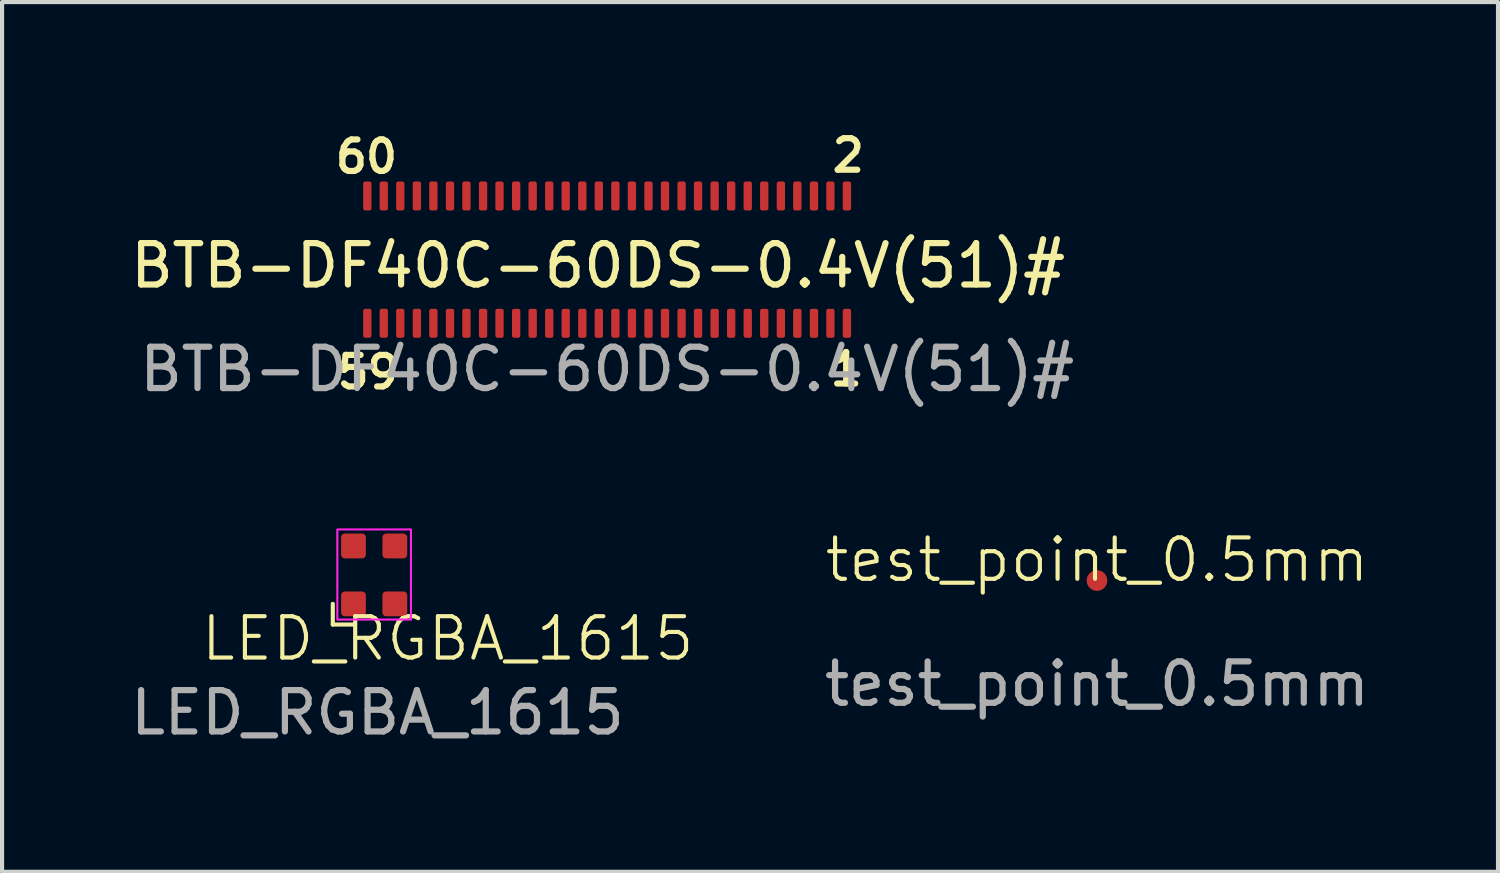
<source format=kicad_pcb>
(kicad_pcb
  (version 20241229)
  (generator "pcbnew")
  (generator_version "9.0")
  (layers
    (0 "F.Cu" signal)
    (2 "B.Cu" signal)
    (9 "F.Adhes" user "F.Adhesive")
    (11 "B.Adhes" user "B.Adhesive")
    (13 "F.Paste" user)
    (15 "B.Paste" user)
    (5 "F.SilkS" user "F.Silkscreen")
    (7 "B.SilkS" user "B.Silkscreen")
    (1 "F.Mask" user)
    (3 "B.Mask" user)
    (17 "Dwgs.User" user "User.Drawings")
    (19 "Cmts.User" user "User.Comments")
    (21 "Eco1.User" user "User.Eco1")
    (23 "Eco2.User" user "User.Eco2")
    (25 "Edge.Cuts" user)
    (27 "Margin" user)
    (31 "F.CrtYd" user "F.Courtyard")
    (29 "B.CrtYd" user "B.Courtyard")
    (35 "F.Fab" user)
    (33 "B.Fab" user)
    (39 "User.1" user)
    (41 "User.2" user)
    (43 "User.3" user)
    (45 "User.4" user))
  (footprint "BTB-DF40C-60DS-0.4V(51)#"
    (layer "F.Cu")
    (at 11.621 3.229)
    (property "Reference" "BTB-DF40C-60DS-0.4V(51)#" (at -0.21 0.145 0) (unlocked yes) (layer "F.SilkS") (effects (font (size 1 1) (thickness 0.15))))
    (attr smd)
    (fp_rect (start -5.83 -1.84) (end -5.75 -2.05) (stroke (width 0.12) (type solid)) (fill no) (layer "F.Paste"))
    (fp_rect (start -5.83 2.05) (end -5.75 1.84) (stroke (width 0.12) (type solid)) (fill no) (layer "F.Paste"))
    (fp_rect (start -5.43 -1.84) (end -5.35 -2.05) (stroke (width 0.12) (type solid)) (fill no) (layer "F.Paste"))
    (fp_rect (start -5.43 2.05) (end -5.35 1.84) (stroke (width 0.12) (type solid)) (fill no) (layer "F.Paste"))
    (fp_rect (start -5.03 -1.84) (end -4.95 -2.05) (stroke (width 0.12) (type solid)) (fill no) (layer "F.Paste"))
    (fp_rect (start -5.03 2.05) (end -4.95 1.84) (stroke (width 0.12) (type solid)) (fill no) (layer "F.Paste"))
    (fp_rect (start -4.63 -1.84) (end -4.55 -2.05) (stroke (width 0.12) (type solid)) (fill no) (layer "F.Paste"))
    (fp_rect (start -4.63 2.05) (end -4.55 1.84) (stroke (width 0.12) (type solid)) (fill no) (layer "F.Paste"))
    (fp_rect (start -4.23 -1.84) (end -4.15 -2.05) (stroke (width 0.12) (type solid)) (fill no) (layer "F.Paste"))
    (fp_rect (start -4.23 2.05) (end -4.15 1.84) (stroke (width 0.12) (type solid)) (fill no) (layer "F.Paste"))
    (fp_rect (start -3.83 -1.84) (end -3.75 -2.05) (stroke (width 0.12) (type solid)) (fill no) (layer "F.Paste"))
    (fp_rect (start -3.83 2.05) (end -3.75 1.84) (stroke (width 0.12) (type solid)) (fill no) (layer "F.Paste"))
    (fp_rect (start -3.43 -1.84) (end -3.35 -2.05) (stroke (width 0.12) (type solid)) (fill no) (layer "F.Paste"))
    (fp_rect (start -3.43 2.05) (end -3.35 1.84) (stroke (width 0.12) (type solid)) (fill no) (layer "F.Paste"))
    (fp_rect (start -3.03 -1.84) (end -2.95 -2.05) (stroke (width 0.12) (type solid)) (fill no) (layer "F.Paste"))
    (fp_rect (start -3.03 2.05) (end -2.95 1.84) (stroke (width 0.12) (type solid)) (fill no) (layer "F.Paste"))
    (fp_rect (start -2.63 -1.84) (end -2.55 -2.05) (stroke (width 0.12) (type solid)) (fill no) (layer "F.Paste"))
    (fp_rect (start -2.63 2.05) (end -2.55 1.84) (stroke (width 0.12) (type solid)) (fill no) (layer "F.Paste"))
    (fp_rect (start -2.23 -1.84) (end -2.15 -2.05) (stroke (width 0.12) (type solid)) (fill no) (layer "F.Paste"))
    (fp_rect (start -2.23 2.05) (end -2.15 1.84) (stroke (width 0.12) (type solid)) (fill no) (layer "F.Paste"))
    (fp_rect (start -1.83 -1.84) (end -1.75 -2.05) (stroke (width 0.12) (type solid)) (fill no) (layer "F.Paste"))
    (fp_rect (start -1.83 2.05) (end -1.75 1.84) (stroke (width 0.12) (type solid)) (fill no) (layer "F.Paste"))
    (fp_rect (start -1.43 -1.84) (end -1.35 -2.05) (stroke (width 0.12) (type solid)) (fill no) (layer "F.Paste"))
    (fp_rect (start -1.43 2.05) (end -1.35 1.84) (stroke (width 0.12) (type solid)) (fill no) (layer "F.Paste"))
    (fp_rect (start -1.03 -1.84) (end -0.95 -2.05) (stroke (width 0.12) (type solid)) (fill no) (layer "F.Paste"))
    (fp_rect (start -1.03 2.05) (end -0.95 1.84) (stroke (width 0.12) (type solid)) (fill no) (layer "F.Paste"))
    (fp_rect (start -0.63 -1.84) (end -0.55 -2.05) (stroke (width 0.12) (type solid)) (fill no) (layer "F.Paste"))
    (fp_rect (start -0.63 2.05) (end -0.55 1.84) (stroke (width 0.12) (type solid)) (fill no) (layer "F.Paste"))
    (fp_rect (start -0.23 -1.84) (end -0.15 -2.05) (stroke (width 0.12) (type solid)) (fill no) (layer "F.Paste"))
    (fp_rect (start -0.23 2.05) (end -0.15 1.84) (stroke (width 0.12) (type solid)) (fill no) (layer "F.Paste"))
    (fp_rect (start 0.17 -1.84) (end 0.25 -2.05) (stroke (width 0.12) (type solid)) (fill no) (layer "F.Paste"))
    (fp_rect (start 0.17 2.05) (end 0.25 1.84) (stroke (width 0.12) (type solid)) (fill no) (layer "F.Paste"))
    (fp_rect (start 0.57 -1.84) (end 0.65 -2.05) (stroke (width 0.12) (type solid)) (fill no) (layer "F.Paste"))
    (fp_rect (start 0.57 2.05) (end 0.65 1.84) (stroke (width 0.12) (type solid)) (fill no) (layer "F.Paste"))
    (fp_rect (start 0.97 -1.84) (end 1.05 -2.05) (stroke (width 0.12) (type solid)) (fill no) (layer "F.Paste"))
    (fp_rect (start 0.97 2.05) (end 1.05 1.84) (stroke (width 0.12) (type solid)) (fill no) (layer "F.Paste"))
    (fp_rect (start 1.37 -1.84) (end 1.45 -2.05) (stroke (width 0.12) (type solid)) (fill no) (layer "F.Paste"))
    (fp_rect (start 1.37 2.05) (end 1.45 1.84) (stroke (width 0.12) (type solid)) (fill no) (layer "F.Paste"))
    (fp_rect (start 1.77 -1.84) (end 1.85 -2.05) (stroke (width 0.12) (type solid)) (fill no) (layer "F.Paste"))
    (fp_rect (start 1.77 2.05) (end 1.85 1.84) (stroke (width 0.12) (type solid)) (fill no) (layer "F.Paste"))
    (fp_rect (start 2.17 -1.84) (end 2.25 -2.05) (stroke (width 0.12) (type solid)) (fill no) (layer "F.Paste"))
    (fp_rect (start 2.17 2.05) (end 2.25 1.84) (stroke (width 0.12) (type solid)) (fill no) (layer "F.Paste"))
    (fp_rect (start 2.57 -1.84) (end 2.65 -2.05) (stroke (width 0.12) (type solid)) (fill no) (layer "F.Paste"))
    (fp_rect (start 2.57 2.05) (end 2.65 1.84) (stroke (width 0.12) (type solid)) (fill no) (layer "F.Paste"))
    (fp_rect (start 2.97 -1.84) (end 3.05 -2.05) (stroke (width 0.12) (type solid)) (fill no) (layer "F.Paste"))
    (fp_rect (start 2.97 2.05) (end 3.05 1.84) (stroke (width 0.12) (type solid)) (fill no) (layer "F.Paste"))
    (fp_rect (start 3.37 -1.84) (end 3.45 -2.05) (stroke (width 0.12) (type solid)) (fill no) (layer "F.Paste"))
    (fp_rect (start 3.37 2.05) (end 3.45 1.84) (stroke (width 0.12) (type solid)) (fill no) (layer "F.Paste"))
    (fp_rect (start 3.77 -1.84) (end 3.85 -2.05) (stroke (width 0.12) (type solid)) (fill no) (layer "F.Paste"))
    (fp_rect (start 3.77 2.05) (end 3.85 1.84) (stroke (width 0.12) (type solid)) (fill no) (layer "F.Paste"))
    (fp_rect (start 4.17 -1.84) (end 4.25 -2.05) (stroke (width 0.12) (type solid)) (fill no) (layer "F.Paste"))
    (fp_rect (start 4.17 2.05) (end 4.25 1.84) (stroke (width 0.12) (type solid)) (fill no) (layer "F.Paste"))
    (fp_rect (start 4.57 -1.84) (end 4.65 -2.05) (stroke (width 0.12) (type solid)) (fill no) (layer "F.Paste"))
    (fp_rect (start 4.57 2.05) (end 4.65 1.84) (stroke (width 0.12) (type solid)) (fill no) (layer "F.Paste"))
    (fp_rect (start 4.97 -1.84) (end 5.05 -2.05) (stroke (width 0.12) (type solid)) (fill no) (layer "F.Paste"))
    (fp_rect (start 4.97 2.05) (end 5.05 1.84) (stroke (width 0.12) (type solid)) (fill no) (layer "F.Paste"))
    (fp_rect (start 5.37 -1.84) (end 5.45 -2.05) (stroke (width 0.12) (type solid)) (fill no) (layer "F.Paste"))
    (fp_rect (start 5.37 2.05) (end 5.45 1.84) (stroke (width 0.12) (type solid)) (fill no) (layer "F.Paste"))
    (fp_rect (start 5.77 -1.84) (end 5.85 -2.05) (stroke (width 0.12) (type solid)) (fill no) (layer "F.Paste"))
    (fp_rect (start 5.77 2.05) (end 5.85 1.84) (stroke (width 0.12) (type solid)) (fill no) (layer "F.Paste"))
    (fp_line (start -5.79 -1.54) (end 5.81 1.55) (stroke (width 0.12) (type solid)) (layer "Eco2.User"))
    (fp_line (start 5.81 -1.54) (end -5.79 1.54) (stroke (width 0.12) (type solid)) (layer "Eco2.User"))
    (fp_text user "60" (at -5.81 -2.49 0) (unlocked yes) (layer "F.SilkS") (effects (font (size 0.762 0.762) (thickness 0.15))))
    (fp_text user "2" (at 5.84 -2.52 0) (unlocked yes) (layer "F.SilkS") (effects (font (size 0.762 0.762) (thickness 0.15))))
    (fp_text user "59" (at -5.77 2.72 0) (unlocked yes) (layer "F.SilkS") (effects (font (size 0.762 0.762) (thickness 0.15))))
    (fp_text user "1" (at 5.79 2.65 0) (unlocked yes) (layer "F.SilkS") (effects (font (size 0.762 0.762) (thickness 0.15))))
    (fp_text user "${REFERENCE}" (at 0.01 2.65 0) (unlocked yes) (layer "F.Fab") (effects (font (size 1 1) (thickness 0.15))))
    (pad "1" smd roundrect (at 5.808 1.538) (size 0.201 0.701) (layers "F.Cu" "F.Mask" "F.Paste") (roundrect_rratio 0.25))
    (pad "2" smd roundrect (at 5.808 -1.54) (size 0.201 0.701) (layers "F.Cu" "F.Mask" "F.Paste") (roundrect_rratio 0.25))
    (pad "3" smd roundrect (at 5.409 1.538) (size 0.201 0.701) (layers "F.Cu" "F.Mask" "F.Paste") (roundrect_rratio 0.25))
    (pad "4" smd roundrect (at 5.409 -1.54) (size 0.201 0.701) (layers "F.Cu" "F.Mask" "F.Paste") (roundrect_rratio 0.25))
    (pad "5" smd roundrect (at 5.011 1.538) (size 0.201 0.701) (layers "F.Cu" "F.Mask" "F.Paste") (roundrect_rratio 0.25))
    (pad "6" smd roundrect (at 5.011 -1.54) (size 0.201 0.701) (layers "F.Cu" "F.Mask" "F.Paste") (roundrect_rratio 0.25))
    (pad "7" smd roundrect (at 4.609 1.538) (size 0.201 0.701) (layers "F.Cu" "F.Mask" "F.Paste") (roundrect_rratio 0.25))
    (pad "8" smd roundrect (at 4.609 -1.54) (size 0.201 0.701) (layers "F.Cu" "F.Mask" "F.Paste") (roundrect_rratio 0.25))
    (pad "9" smd roundrect (at 4.211 1.538) (size 0.201 0.701) (layers "F.Cu" "F.Mask" "F.Paste") (roundrect_rratio 0.25))
    (pad "10" smd roundrect (at 4.211 -1.54) (size 0.201 0.701) (layers "F.Cu" "F.Mask" "F.Paste") (roundrect_rratio 0.25))
    (pad "11" smd roundrect (at 3.809 1.538) (size 0.201 0.701) (layers "F.Cu" "F.Mask" "F.Paste") (roundrect_rratio 0.25))
    (pad "12" smd roundrect (at 3.809 -1.54) (size 0.201 0.701) (layers "F.Cu" "F.Mask" "F.Paste") (roundrect_rratio 0.25))
    (pad "13" smd roundrect (at 3.41 1.538) (size 0.201 0.701) (layers "F.Cu" "F.Mask" "F.Paste") (roundrect_rratio 0.25))
    (pad "14" smd roundrect (at 3.41 -1.54) (size 0.201 0.701) (layers "F.Cu" "F.Mask" "F.Paste") (roundrect_rratio 0.25))
    (pad "15" smd roundrect (at 3.009 1.538) (size 0.201 0.701) (layers "F.Cu" "F.Mask" "F.Paste") (roundrect_rratio 0.25))
    (pad "16" smd roundrect (at 3.009 -1.54) (size 0.201 0.701) (layers "F.Cu" "F.Mask" "F.Paste") (roundrect_rratio 0.25))
    (pad "17" smd roundrect (at 2.61 1.538) (size 0.201 0.701) (layers "F.Cu" "F.Mask" "F.Paste") (roundrect_rratio 0.25))
    (pad "18" smd roundrect (at 2.61 -1.54) (size 0.201 0.701) (layers "F.Cu" "F.Mask" "F.Paste") (roundrect_rratio 0.25))
    (pad "19" smd roundrect (at 2.209 1.538) (size 0.201 0.701) (layers "F.Cu" "F.Mask" "F.Paste") (roundrect_rratio 0.25))
    (pad "20" smd roundrect (at 2.209 -1.54) (size 0.201 0.701) (layers "F.Cu" "F.Mask" "F.Paste") (roundrect_rratio 0.25))
    (pad "21" smd roundrect (at 1.81 1.538) (size 0.201 0.701) (layers "F.Cu" "F.Mask" "F.Paste") (roundrect_rratio 0.25))
    (pad "22" smd roundrect (at 1.81 -1.54) (size 0.201 0.701) (layers "F.Cu" "F.Mask" "F.Paste") (roundrect_rratio 0.25))
    (pad "23" smd roundrect (at 1.409 1.538) (size 0.201 0.701) (layers "F.Cu" "F.Mask" "F.Paste") (roundrect_rratio 0.25))
    (pad "24" smd roundrect (at 1.409 -1.54) (size 0.201 0.701) (layers "F.Cu" "F.Mask" "F.Paste") (roundrect_rratio 0.25))
    (pad "25" smd roundrect (at 1.01 1.538) (size 0.201 0.701) (layers "F.Cu" "F.Mask" "F.Paste") (roundrect_rratio 0.25))
    (pad "26" smd roundrect (at 1.01 -1.54) (size 0.201 0.701) (layers "F.Cu" "F.Mask" "F.Paste") (roundrect_rratio 0.25))
    (pad "27" smd roundrect (at 0.609 1.538) (size 0.201 0.701) (layers "F.Cu" "F.Mask" "F.Paste") (roundrect_rratio 0.25))
    (pad "28" smd roundrect (at 0.609 -1.54) (size 0.201 0.701) (layers "F.Cu" "F.Mask" "F.Paste") (roundrect_rratio 0.25))
    (pad "29" smd roundrect (at 0.21 1.538) (size 0.201 0.701) (layers "F.Cu" "F.Mask" "F.Paste") (roundrect_rratio 0.25))
    (pad "30" smd roundrect (at 0.21 -1.54) (size 0.201 0.701) (layers "F.Cu" "F.Mask" "F.Paste") (roundrect_rratio 0.25))
    (pad "31" smd roundrect (at -0.191 1.538) (size 0.201 0.701) (layers "F.Cu" "F.Mask" "F.Paste") (roundrect_rratio 0.25))
    (pad "32" smd roundrect (at -0.191 -1.54) (size 0.201 0.701) (layers "F.Cu" "F.Mask" "F.Paste") (roundrect_rratio 0.25))
    (pad "33" smd roundrect (at -0.59 1.538) (size 0.201 0.701) (layers "F.Cu" "F.Mask" "F.Paste") (roundrect_rratio 0.25))
    (pad "34" smd roundrect (at -0.59 -1.54) (size 0.201 0.701) (layers "F.Cu" "F.Mask" "F.Paste") (roundrect_rratio 0.25))
    (pad "35" smd roundrect (at -0.991 1.538) (size 0.201 0.701) (layers "F.Cu" "F.Mask" "F.Paste") (roundrect_rratio 0.25))
    (pad "36" smd roundrect (at -0.991 -1.54) (size 0.201 0.701) (layers "F.Cu" "F.Mask" "F.Paste") (roundrect_rratio 0.25))
    (pad "37" smd roundrect (at -1.39 1.538) (size 0.201 0.701) (layers "F.Cu" "F.Mask" "F.Paste") (roundrect_rratio 0.25))
    (pad "38" smd roundrect (at -1.39 -1.54) (size 0.201 0.701) (layers "F.Cu" "F.Mask" "F.Paste") (roundrect_rratio 0.25))
    (pad "39" smd roundrect (at -1.791 1.538) (size 0.201 0.701) (layers "F.Cu" "F.Mask" "F.Paste") (roundrect_rratio 0.25))
    (pad "40" smd roundrect (at -1.791 -1.54) (size 0.201 0.701) (layers "F.Cu" "F.Mask" "F.Paste") (roundrect_rratio 0.25))
    (pad "41" smd roundrect (at -2.19 1.538) (size 0.201 0.701) (layers "F.Cu" "F.Mask" "F.Paste") (roundrect_rratio 0.25))
    (pad "42" smd roundrect (at -2.19 -1.54) (size 0.201 0.701) (layers "F.Cu" "F.Mask" "F.Paste") (roundrect_rratio 0.25))
    (pad "43" smd roundrect (at -2.592 1.538) (size 0.201 0.701) (layers "F.Cu" "F.Mask" "F.Paste") (roundrect_rratio 0.25))
    (pad "44" smd roundrect (at -2.592 -1.54) (size 0.201 0.701) (layers "F.Cu" "F.Mask" "F.Paste") (roundrect_rratio 0.25))
    (pad "45" smd roundrect (at -2.99 1.538) (size 0.201 0.701) (layers "F.Cu" "F.Mask" "F.Paste") (roundrect_rratio 0.25))
    (pad "46" smd roundrect (at -2.99 -1.54) (size 0.201 0.701) (layers "F.Cu" "F.Mask" "F.Paste") (roundrect_rratio 0.25))
    (pad "47" smd roundrect (at -3.392 1.538) (size 0.201 0.701) (layers "F.Cu" "F.Mask" "F.Paste") (roundrect_rratio 0.25))
    (pad "48" smd roundrect (at -3.392 -1.54) (size 0.201 0.701) (layers "F.Cu" "F.Mask" "F.Paste") (roundrect_rratio 0.25))
    (pad "49" smd roundrect (at -3.79 1.538) (size 0.201 0.701) (layers "F.Cu" "F.Mask" "F.Paste") (roundrect_rratio 0.25))
    (pad "50" smd roundrect (at -3.79 -1.54) (size 0.201 0.701) (layers "F.Cu" "F.Mask" "F.Paste") (roundrect_rratio 0.25))
    (pad "51" smd roundrect (at -4.192 1.538) (size 0.201 0.701) (layers "F.Cu" "F.Mask" "F.Paste") (roundrect_rratio 0.25))
    (pad "52" smd roundrect (at -4.192 -1.54) (size 0.201 0.701) (layers "F.Cu" "F.Mask" "F.Paste") (roundrect_rratio 0.25))
    (pad "53" smd roundrect (at -4.59 1.538) (size 0.201 0.701) (layers "F.Cu" "F.Mask" "F.Paste") (roundrect_rratio 0.25))
    (pad "54" smd roundrect (at -4.59 -1.54) (size 0.201 0.701) (layers "F.Cu" "F.Mask" "F.Paste") (roundrect_rratio 0.25))
    (pad "55" smd roundrect (at -4.992 1.538) (size 0.201 0.701) (layers "F.Cu" "F.Mask" "F.Paste") (roundrect_rratio 0.25))
    (pad "56" smd roundrect (at -4.992 -1.54) (size 0.201 0.701) (layers "F.Cu" "F.Mask" "F.Paste") (roundrect_rratio 0.25))
    (pad "57" smd roundrect (at -5.391 1.538) (size 0.201 0.701) (layers "F.Cu" "F.Mask" "F.Paste") (roundrect_rratio 0.25))
    (pad "58" smd roundrect (at -5.391 -1.54) (size 0.201 0.701) (layers "F.Cu" "F.Mask" "F.Paste") (roundrect_rratio 0.25))
    (pad "59" smd roundrect (at -5.789 1.538) (size 0.201 0.701) (layers "F.Cu" "F.Mask" "F.Paste") (roundrect_rratio 0.25))
    (pad "60" smd roundrect (at -5.789 -1.54) (size 0.201 0.701) (layers "F.Cu" "F.Mask" "F.Paste") (roundrect_rratio 0.25)))
  (footprint "LED_RGBA_1615"
    (layer "F.Cu")
    (at 5.497 11.552)
    (property "Reference" "LED_RGBA_1615" (at 2.28 0.84 0) (unlocked yes) (layer "F.SilkS") (effects (font (size 1 1) (thickness 0.1))))
    (attr smd)
    (fp_line (start -0.5 0) (end -0.5 0.5) (stroke (width 0.1) (type default)) (layer "F.SilkS"))
    (fp_line (start 0 0.5) (end -0.5 0.5) (stroke (width 0.1) (type default)) (layer "F.SilkS"))
    (fp_rect (start -0.39 -1.8) (end 1.39 0.38) (stroke (width 0.05) (type default)) (fill no) (layer "F.CrtYd"))
    (fp_text user "${REFERENCE}" (at 0.58 2.63 0) (unlocked yes) (layer "F.Fab") (effects (font (size 1 1) (thickness 0.15))))
    (pad "1" smd roundrect (at 0 0) (size 0.6 0.6) (layers "F.Cu" "F.Mask" "F.Paste") (roundrect_rratio 0.15))
    (pad "2" smd roundrect (at 0 -1.4) (size 0.6 0.6) (layers "F.Cu" "F.Mask" "F.Paste") (roundrect_rratio 0.15))
    (pad "3" smd roundrect (at 1 -1.4) (size 0.6 0.6) (layers "F.Cu" "F.Mask" "F.Paste") (roundrect_rratio 0.15))
    (pad "4" smd roundrect (at 1 0) (size 0.6 0.6) (layers "F.Cu" "F.Mask" "F.Paste") (roundrect_rratio 0.15)))
  (footprint "test_point_0.5mm"
    (layer "F.Cu")
    (at 23.476 10.988)
    (property "Reference" "test_point_0.5mm" (at 0 -0.5 0) (unlocked yes) (layer "F.SilkS") (effects (font (size 1 1) (thickness 0.1))))
    (attr smd)
    (fp_text user "${REFERENCE}" (at 0 2.5 0) (unlocked yes) (layer "F.Fab") (effects (font (size 1 1) (thickness 0.15))))
    (pad "1" smd circle (at 0 0) (size 0.5 0.5) (layers "F.Cu" "F.Mask")))
  (gr_rect
    (start -3 -3)
    (end 33.173 18.031)
    (stroke (width 0.1) (type default))
    (fill no)
    (layer "Edge.Cuts")))
</source>
